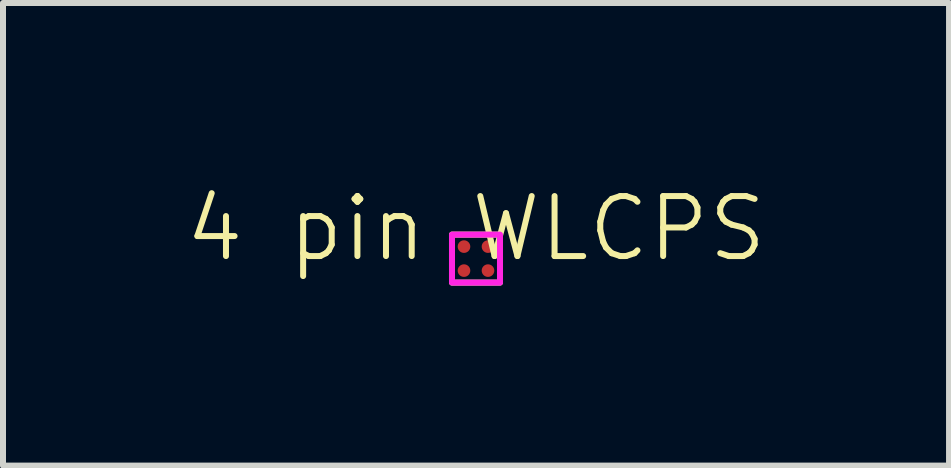
<source format=kicad_pcb>
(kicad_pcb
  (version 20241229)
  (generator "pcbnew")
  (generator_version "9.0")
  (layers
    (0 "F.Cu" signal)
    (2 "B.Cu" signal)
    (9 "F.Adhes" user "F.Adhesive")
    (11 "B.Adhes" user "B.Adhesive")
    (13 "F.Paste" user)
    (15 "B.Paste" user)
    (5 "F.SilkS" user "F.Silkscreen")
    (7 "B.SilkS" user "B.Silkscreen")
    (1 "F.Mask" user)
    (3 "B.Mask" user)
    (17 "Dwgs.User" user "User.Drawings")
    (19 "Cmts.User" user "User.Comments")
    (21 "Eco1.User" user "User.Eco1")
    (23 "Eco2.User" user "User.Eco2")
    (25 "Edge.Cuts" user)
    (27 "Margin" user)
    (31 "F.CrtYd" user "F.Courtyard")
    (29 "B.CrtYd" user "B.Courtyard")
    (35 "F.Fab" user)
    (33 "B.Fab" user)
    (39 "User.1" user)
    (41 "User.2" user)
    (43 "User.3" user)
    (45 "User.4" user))
  (footprint "4 pin WLCPS"
    (layer "F.Cu")
    (at 4.883 1.26)
    (property "Reference" "4 pin WLCPS" (at 0 -0.5 0) (unlocked yes) (layer "F.SilkS") (effects (font (size 1 1) (thickness 0.1))))
    (attr smd)
    (fp_rect (start -0.4 -0.4) (end 0.4 0.4) (stroke (width 0.1) (type solid)) (fill no) (layer "F.SilkS"))
    (fp_rect (start -0.4 -0.4) (end 0.4 0.4) (stroke (width 0.1) (type solid)) (fill no) (layer "F.CrtYd"))
    (pad "A1" smd circle (at 0.2 0.2) (size 0.21 0.21) (layers "F.Cu" "F.Mask" "F.Paste"))
    (pad "A2" smd circle (at -0.2 0.2) (size 0.21 0.21) (layers "F.Cu" "F.Mask" "F.Paste"))
    (pad "B1" smd circle (at 0.2 -0.2) (size 0.21 0.21) (layers "F.Cu" "F.Mask" "F.Paste"))
    (pad "B2" smd circle (at -0.2 -0.2) (size 0.21 0.21) (layers "F.Cu" "F.Mask" "F.Paste")))
  (gr_rect
    (start -3 -3)
    (end 12.767 4.71)
    (stroke (width 0.1) (type default))
    (fill no)
    (layer "Edge.Cuts")))
</source>
